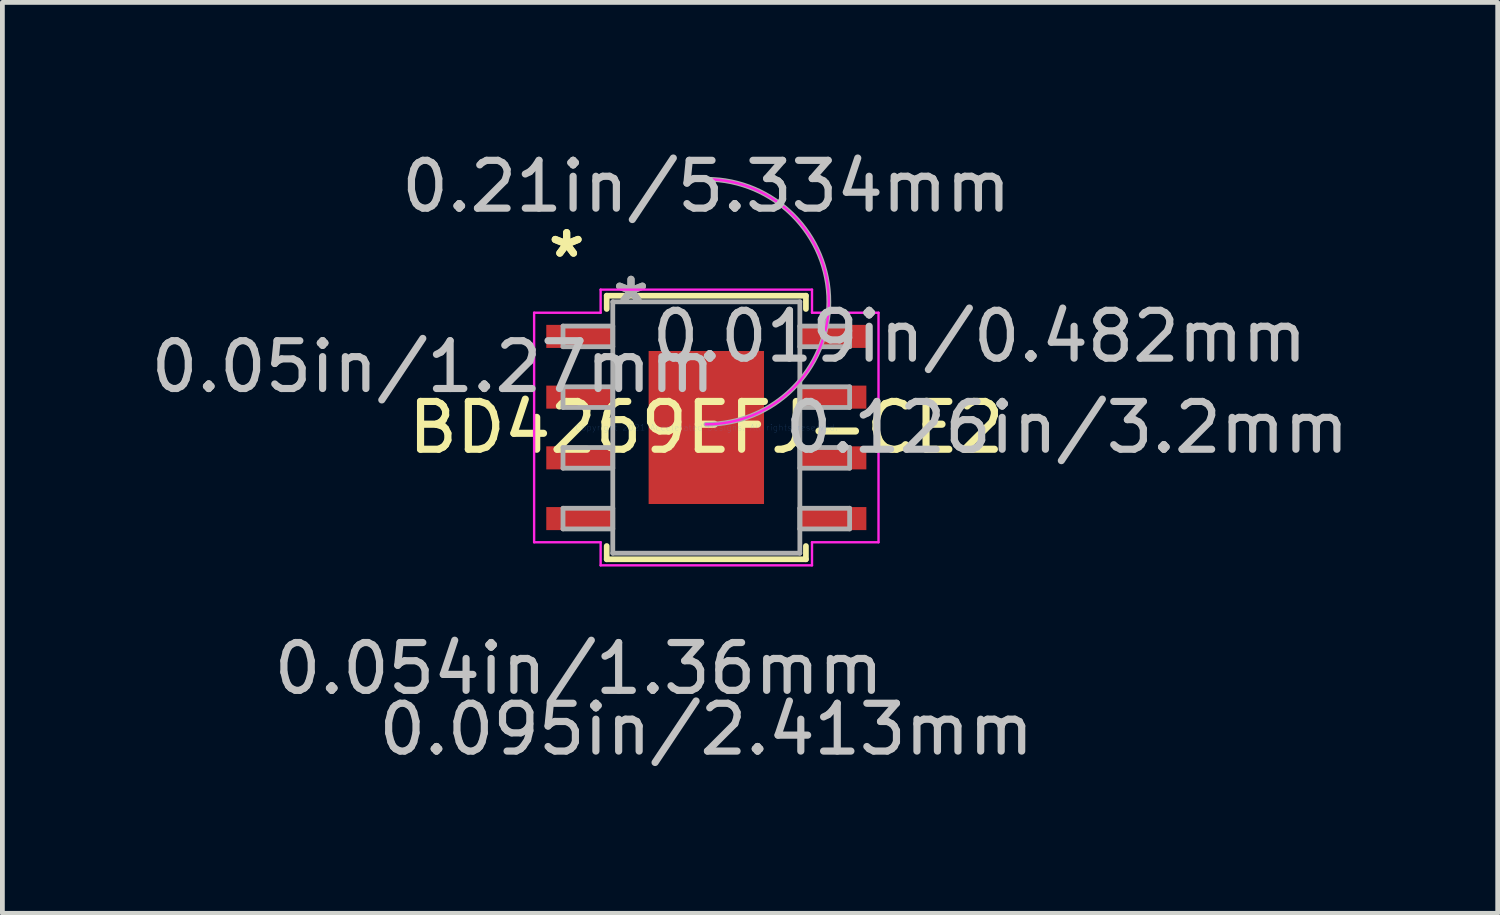
<source format=kicad_pcb>
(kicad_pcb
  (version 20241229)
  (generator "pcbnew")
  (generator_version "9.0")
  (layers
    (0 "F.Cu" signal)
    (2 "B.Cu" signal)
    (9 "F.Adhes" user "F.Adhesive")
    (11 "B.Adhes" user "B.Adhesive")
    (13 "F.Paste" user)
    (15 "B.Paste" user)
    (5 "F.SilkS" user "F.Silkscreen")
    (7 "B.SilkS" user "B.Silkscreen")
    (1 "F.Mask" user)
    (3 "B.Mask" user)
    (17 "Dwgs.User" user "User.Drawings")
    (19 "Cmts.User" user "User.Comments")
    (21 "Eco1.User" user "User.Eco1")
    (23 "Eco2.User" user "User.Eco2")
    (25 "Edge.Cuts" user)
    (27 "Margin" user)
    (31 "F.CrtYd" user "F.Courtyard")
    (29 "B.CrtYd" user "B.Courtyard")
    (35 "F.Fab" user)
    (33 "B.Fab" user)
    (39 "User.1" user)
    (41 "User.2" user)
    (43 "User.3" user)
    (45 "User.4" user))
  (footprint "BD4269EFJ-CE2"
    (layer "F.Cu")
    (at 11.721 5.89)
    (property "Reference" "BD4269EFJ-CE2" (at 0 0 0) (layer "F.SilkS") (effects (font (size 1 1) (thickness 0.15))))
    (attr through_hole)
    (fp_line (start -2.083 -2.756) (end -2.083 -2.479) (stroke (width 0.12) (type solid)) (layer "F.SilkS"))
    (fp_line (start -2.083 2.479) (end -2.083 2.756) (stroke (width 0.12) (type solid)) (layer "F.SilkS"))
    (fp_line (start -2.083 2.756) (end 2.083 2.756) (stroke (width 0.12) (type solid)) (layer "F.SilkS"))
    (fp_line (start 2.083 -2.756) (end -2.083 -2.756) (stroke (width 0.12) (type solid)) (layer "F.SilkS"))
    (fp_line (start 2.083 -2.479) (end 2.083 -2.756) (stroke (width 0.12) (type solid)) (layer "F.SilkS"))
    (fp_line (start 2.083 2.756) (end 2.083 2.479) (stroke (width 0.12) (type solid)) (layer "F.SilkS"))
    (fp_poly (pts (xy -1.107 -1.5) (xy -1.107 -0.1) (xy 1.107 -0.1) (xy 1.107 -1.5)) (stroke (width 0.1) (type solid)) (fill yes) (layer "F.Paste"))
    (fp_poly (pts (xy -1.107 0.1) (xy -1.107 1.5) (xy 1.107 1.5) (xy 1.107 0.1)) (stroke (width 0.1) (type solid)) (fill yes) (layer "F.Paste"))
    (fp_line (start -3.601 -2.4) (end -2.21 -2.4) (stroke (width 0.05) (type solid)) (layer "F.CrtYd"))
    (fp_line (start -3.601 2.4) (end -3.601 -2.4) (stroke (width 0.05) (type solid)) (layer "F.CrtYd"))
    (fp_line (start -2.21 -2.883) (end 2.21 -2.883) (stroke (width 0.05) (type solid)) (layer "F.CrtYd"))
    (fp_line (start -2.21 -2.4) (end -2.21 -2.883) (stroke (width 0.05) (type solid)) (layer "F.CrtYd"))
    (fp_line (start -2.21 2.4) (end -3.601 2.4) (stroke (width 0.05) (type solid)) (layer "F.CrtYd"))
    (fp_line (start -2.21 2.883) (end -2.21 2.4) (stroke (width 0.05) (type solid)) (layer "F.CrtYd"))
    (fp_line (start 2.21 -2.883) (end 2.21 -2.4) (stroke (width 0.05) (type solid)) (layer "F.CrtYd"))
    (fp_line (start 2.21 -2.4) (end 3.601 -2.4) (stroke (width 0.05) (type solid)) (layer "F.CrtYd"))
    (fp_line (start 2.21 2.4) (end 2.21 2.883) (stroke (width 0.05) (type solid)) (layer "F.CrtYd"))
    (fp_line (start 2.21 2.883) (end -2.21 2.883) (stroke (width 0.05) (type solid)) (layer "F.CrtYd"))
    (fp_line (start 3.601 -2.4) (end 3.601 2.4) (stroke (width 0.05) (type solid)) (layer "F.CrtYd"))
    (fp_line (start 3.601 2.4) (end 2.21 2.4) (stroke (width 0.05) (type solid)) (layer "F.CrtYd"))
    (fp_arc (start 0.00828 -5.191026) (mid 2.562126 -2.62062) (end -0.00828 -0.066774) (stroke (width 0.05) (type solid)) (layer "F.CrtYd"))
    (fp_line (start -2.997 -2.121) (end -2.997 -1.689) (stroke (width 0.1) (type solid)) (layer "F.Fab"))
    (fp_line (start -2.997 -1.689) (end -1.956 -1.689) (stroke (width 0.1) (type solid)) (layer "F.Fab"))
    (fp_line (start -2.997 -0.851) (end -2.997 -0.419) (stroke (width 0.1) (type solid)) (layer "F.Fab"))
    (fp_line (start -2.997 -0.419) (end -1.956 -0.419) (stroke (width 0.1) (type solid)) (layer "F.Fab"))
    (fp_line (start -2.997 0.419) (end -2.997 0.851) (stroke (width 0.1) (type solid)) (layer "F.Fab"))
    (fp_line (start -2.997 0.851) (end -1.956 0.851) (stroke (width 0.1) (type solid)) (layer "F.Fab"))
    (fp_line (start -2.997 1.689) (end -2.997 2.121) (stroke (width 0.1) (type solid)) (layer "F.Fab"))
    (fp_line (start -2.997 2.121) (end -1.956 2.121) (stroke (width 0.1) (type solid)) (layer "F.Fab"))
    (fp_line (start -1.956 -2.629) (end -1.956 2.629) (stroke (width 0.1) (type solid)) (layer "F.Fab"))
    (fp_line (start -1.956 -2.121) (end -2.997 -2.121) (stroke (width 0.1) (type solid)) (layer "F.Fab"))
    (fp_line (start -1.956 -1.689) (end -1.956 -2.121) (stroke (width 0.1) (type solid)) (layer "F.Fab"))
    (fp_line (start -1.956 -0.851) (end -2.997 -0.851) (stroke (width 0.1) (type solid)) (layer "F.Fab"))
    (fp_line (start -1.956 -0.419) (end -1.956 -0.851) (stroke (width 0.1) (type solid)) (layer "F.Fab"))
    (fp_line (start -1.956 0.419) (end -2.997 0.419) (stroke (width 0.1) (type solid)) (layer "F.Fab"))
    (fp_line (start -1.956 0.851) (end -1.956 0.419) (stroke (width 0.1) (type solid)) (layer "F.Fab"))
    (fp_line (start -1.956 1.689) (end -2.997 1.689) (stroke (width 0.1) (type solid)) (layer "F.Fab"))
    (fp_line (start -1.956 2.121) (end -1.956 1.689) (stroke (width 0.1) (type solid)) (layer "F.Fab"))
    (fp_line (start -1.956 2.629) (end 1.956 2.629) (stroke (width 0.1) (type solid)) (layer "F.Fab"))
    (fp_line (start 1.956 -2.629) (end -1.956 -2.629) (stroke (width 0.1) (type solid)) (layer "F.Fab"))
    (fp_line (start 1.956 -2.121) (end 1.956 -1.689) (stroke (width 0.1) (type solid)) (layer "F.Fab"))
    (fp_line (start 1.956 -1.689) (end 2.997 -1.689) (stroke (width 0.1) (type solid)) (layer "F.Fab"))
    (fp_line (start 1.956 -0.851) (end 1.956 -0.419) (stroke (width 0.1) (type solid)) (layer "F.Fab"))
    (fp_line (start 1.956 -0.419) (end 2.997 -0.419) (stroke (width 0.1) (type solid)) (layer "F.Fab"))
    (fp_line (start 1.956 0.419) (end 1.956 0.851) (stroke (width 0.1) (type solid)) (layer "F.Fab"))
    (fp_line (start 1.956 0.851) (end 2.997 0.851) (stroke (width 0.1) (type solid)) (layer "F.Fab"))
    (fp_line (start 1.956 1.689) (end 1.956 2.121) (stroke (width 0.1) (type solid)) (layer "F.Fab"))
    (fp_line (start 1.956 2.121) (end 2.997 2.121) (stroke (width 0.1) (type solid)) (layer "F.Fab"))
    (fp_line (start 1.956 2.629) (end 1.956 -2.629) (stroke (width 0.1) (type solid)) (layer "F.Fab"))
    (fp_line (start 2.997 -2.121) (end 1.956 -2.121) (stroke (width 0.1) (type solid)) (layer "F.Fab"))
    (fp_line (start 2.997 -1.689) (end 2.997 -2.121) (stroke (width 0.1) (type solid)) (layer "F.Fab"))
    (fp_line (start 2.997 -0.851) (end 1.956 -0.851) (stroke (width 0.1) (type solid)) (layer "F.Fab"))
    (fp_line (start 2.997 -0.419) (end 2.997 -0.851) (stroke (width 0.1) (type solid)) (layer "F.Fab"))
    (fp_line (start 2.997 0.419) (end 1.956 0.419) (stroke (width 0.1) (type solid)) (layer "F.Fab"))
    (fp_line (start 2.997 0.851) (end 2.997 0.419) (stroke (width 0.1) (type solid)) (layer "F.Fab"))
    (fp_line (start 2.997 1.689) (end 1.956 1.689) (stroke (width 0.1) (type solid)) (layer "F.Fab"))
    (fp_line (start 2.997 2.121) (end 2.997 1.689) (stroke (width 0.1) (type solid)) (layer "F.Fab"))
    (fp_arc (start 0.007742 -5.191026) (mid 2.562126 -2.621158) (end -0.007742 -0.066774) (stroke (width 0.1) (type solid)) (layer "F.Fab"))
    (fp_text user "*" (at -2.921 -3.53 0) (layer "F.SilkS") (effects (font (size 1 1) (thickness 0.15))))
    (fp_text user "*" (at -2.921 -3.53 0) (layer "F.SilkS") (effects (font (size 1 1) (thickness 0.15))))
    (fp_text user "0.054in/1.36mm" (at -2.667 5.042 0) (layer "Dwgs.User") (effects (font (size 1 1) (thickness 0.15))))
    (fp_text user "0.126in/3.2mm" (at 7.544 0 0) (layer "Dwgs.User") (effects (font (size 1 1) (thickness 0.15))))
    (fp_text user "0.095in/2.413mm" (at 0 6.312 0) (layer "Dwgs.User") (effects (font (size 1 1) (thickness 0.15))))
    (fp_text user "0.05in/1.27mm" (at -5.715 -1.27 0) (layer "Dwgs.User") (effects (font (size 1 1) (thickness 0.15))))
    (fp_text user "0.21in/5.334mm" (at 0 -5.042 0) (layer "Dwgs.User") (effects (font (size 1 1) (thickness 0.15))))
    (fp_text user "0.019in/0.482mm" (at 5.715 -1.905 0) (layer "Dwgs.User") (effects (font (size 1 1) (thickness 0.15))))
    (fp_text user "Copyright 2021 Accelerated Designs. All rights reserved." (at 0 0 0) (layer "Cmts.User") (effects (font (size 0.127 0.127) (thickness 0.002))))
    (fp_text user "*" (at -1.575 -2.553 0) (layer "F.Fab") (effects (font (size 1 1) (thickness 0.15))))
    (fp_text user "*" (at -1.575 -2.553 0) (layer "F.Fab") (effects (font (size 1 1) (thickness 0.15))))
    (pad "1" smd rect (at -2.667 -1.905) (size 1.36 0.482) (layers "F.Cu" "F.Mask" "F.Paste"))
    (pad "2" smd rect (at -2.667 -0.635) (size 1.36 0.482) (layers "F.Cu" "F.Mask" "F.Paste"))
    (pad "3" smd rect (at -2.667 0.635) (size 1.36 0.482) (layers "F.Cu" "F.Mask" "F.Paste"))
    (pad "4" smd rect (at -2.667 1.905) (size 1.36 0.482) (layers "F.Cu" "F.Mask" "F.Paste"))
    (pad "5" smd rect (at 2.667 1.905) (size 1.36 0.482) (layers "F.Cu" "F.Mask" "F.Paste"))
    (pad "6" smd rect (at 2.667 0.635) (size 1.36 0.482) (layers "F.Cu" "F.Mask" "F.Paste"))
    (pad "7" smd rect (at 2.667 -0.635) (size 1.36 0.482) (layers "F.Cu" "F.Mask" "F.Paste"))
    (pad "8" smd rect (at 2.667 -1.905) (size 1.36 0.482) (layers "F.Cu" "F.Mask" "F.Paste"))
    (pad "EPAD" smd rect (at 0 0) (size 2.413 3.2) (layers "F.Cu" "F.Mask")))
  (gr_rect
    (start -3 -3)
    (end 28.271 16.05)
    (stroke (width 0.1) (type default))
    (fill no)
    (layer "Edge.Cuts")))
</source>
